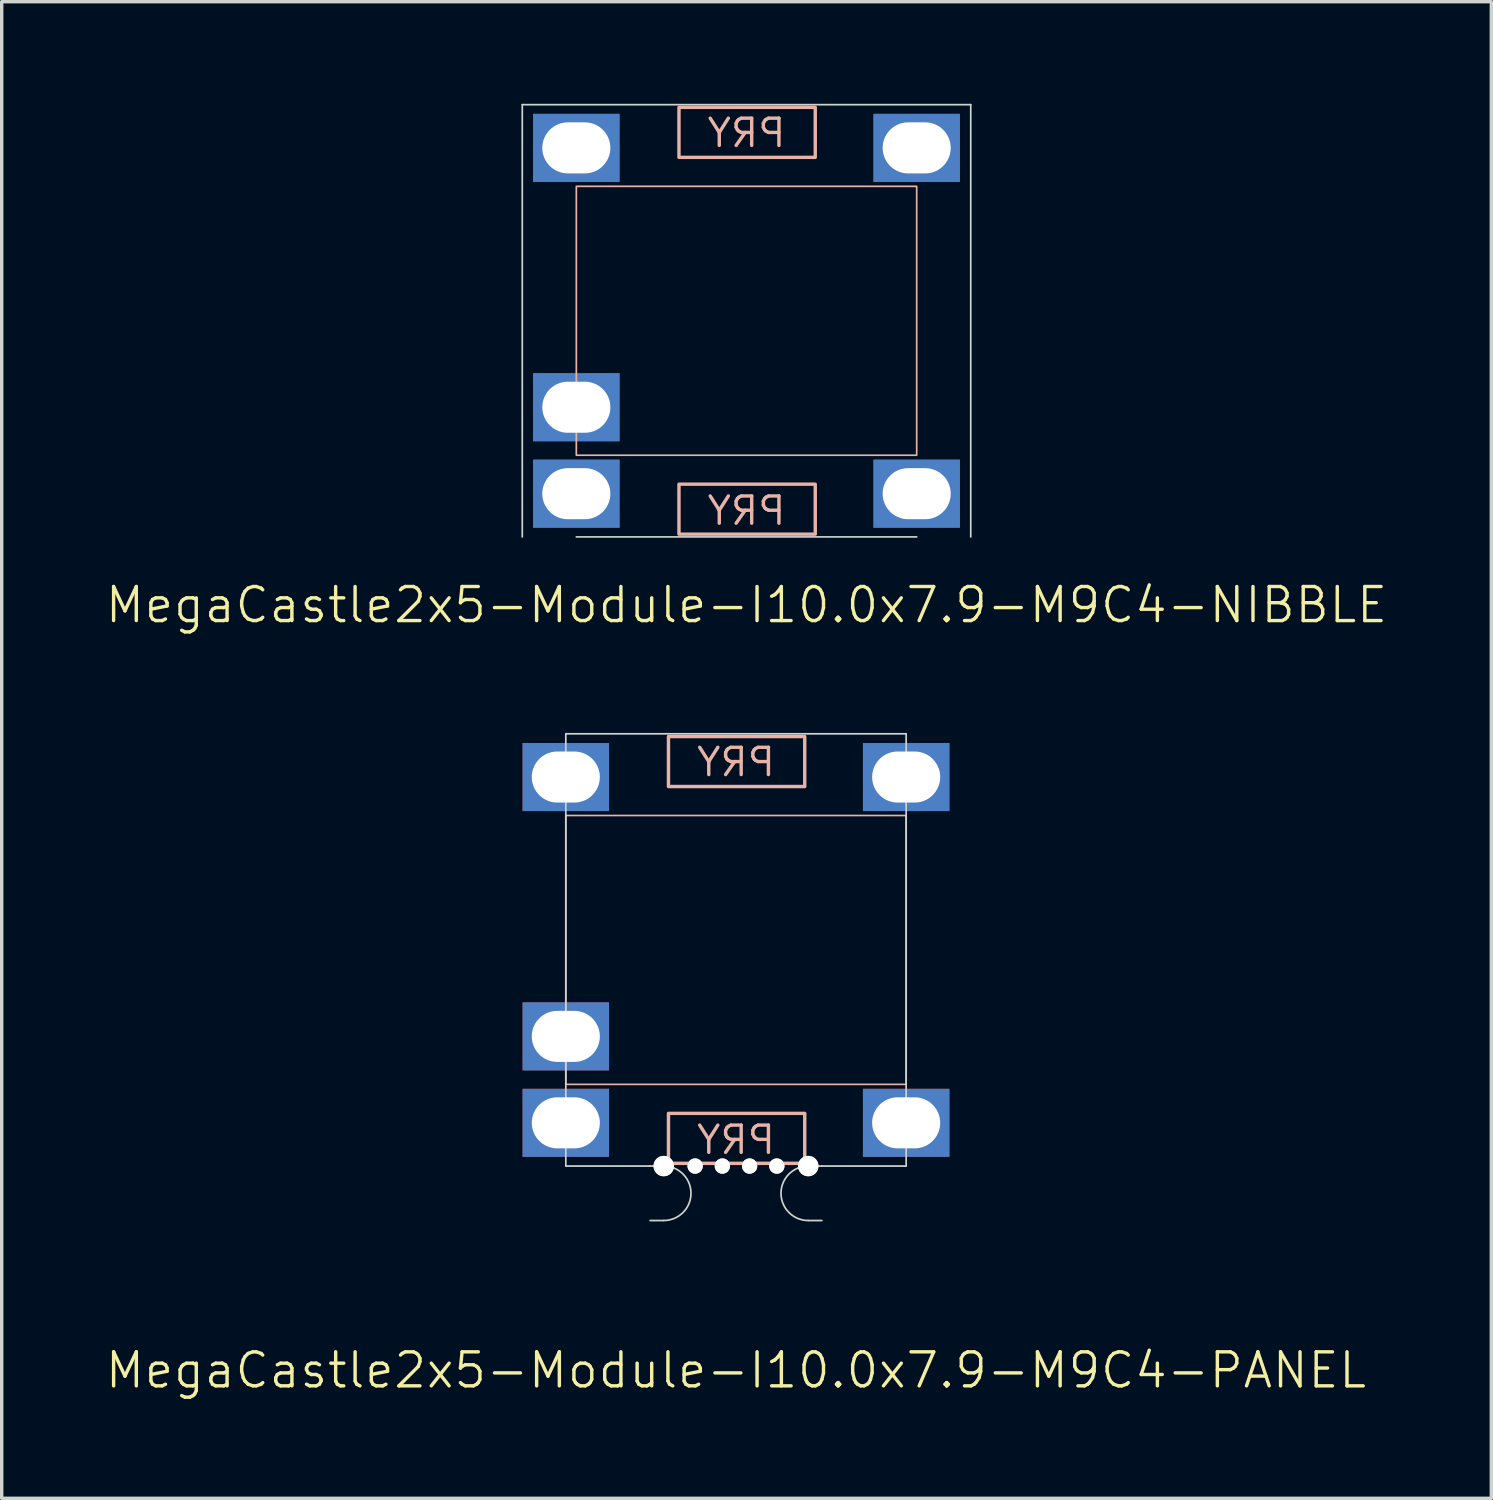
<source format=kicad_pcb>
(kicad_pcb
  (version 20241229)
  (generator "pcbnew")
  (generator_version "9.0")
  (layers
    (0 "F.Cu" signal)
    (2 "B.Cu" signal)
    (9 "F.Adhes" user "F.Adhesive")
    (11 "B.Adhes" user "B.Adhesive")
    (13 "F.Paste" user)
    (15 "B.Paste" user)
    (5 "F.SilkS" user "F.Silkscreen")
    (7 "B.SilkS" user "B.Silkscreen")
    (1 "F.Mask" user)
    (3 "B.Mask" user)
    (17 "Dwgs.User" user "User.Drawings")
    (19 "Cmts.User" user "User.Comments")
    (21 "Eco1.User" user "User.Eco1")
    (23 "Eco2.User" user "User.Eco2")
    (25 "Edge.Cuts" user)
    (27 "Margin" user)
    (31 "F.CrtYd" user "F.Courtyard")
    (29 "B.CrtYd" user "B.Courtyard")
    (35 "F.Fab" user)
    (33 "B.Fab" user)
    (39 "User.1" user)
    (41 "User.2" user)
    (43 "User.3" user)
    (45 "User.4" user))
  (footprint "MegaCastle2x5-Module-I10.0x7.9-M9C4-PANEL"
    (layer "F.Cu")
    (at 18.574 24.86)
    (property "Reference" "MegaCastle2x5-Module-I10.0x7.9-M9C4-PANEL" (at 0 12.35 0) (unlocked yes) (layer "F.SilkS") (effects (font (size 1 1) (thickness 0.1))))
    (attr smd)
    (fp_rect (start -5 3.95) (end 5 -3.95) (stroke (width 0.05) (type default)) (fill no) (layer "B.SilkS"))
    (fp_rect (start -1.984 -4.801) (end 2.02 -6.27) (stroke (width 0.1) (type default)) (fill no) (layer "B.SilkS"))
    (fp_rect (start -1.984 4.801) (end 2.02 6.27) (stroke (width 0.1) (type default)) (fill no) (layer "B.SilkS"))
    (fp_line (start -5 -6.35) (end -5 6.35) (stroke (width 0.05) (type default)) (layer "Edge.Cuts"))
    (fp_line (start -5 -6.35) (end 5 -6.35) (stroke (width 0.05) (type default)) (layer "Edge.Cuts"))
    (fp_line (start -5 6.35) (end -2.522 6.35) (stroke (width 0.05) (type default)) (layer "Edge.Cuts"))
    (fp_line (start -2.522 6.35) (end -2.123 6.35) (stroke (width 0.05) (type default)) (layer "Edge.Cuts"))
    (fp_line (start -2.522 7.95) (end -2.123 7.95) (stroke (width 0.05) (type default)) (layer "Edge.Cuts"))
    (fp_line (start 2.522 6.35) (end 2.123 6.35) (stroke (width 0.05) (type default)) (layer "Edge.Cuts"))
    (fp_line (start 2.522 6.35) (end 5 6.35) (stroke (width 0.05) (type default)) (layer "Edge.Cuts"))
    (fp_line (start 2.522 7.95) (end 2.123 7.95) (stroke (width 0.05) (type default)) (layer "Edge.Cuts"))
    (fp_line (start 5 -6.35) (end 5 6.35) (stroke (width 0.05) (type default)) (layer "Edge.Cuts"))
    (fp_arc (start -2.1225 6.35) (mid -1.3225 7.15) (end -2.1225 7.95) (stroke (width 0.05) (type default)) (layer "Edge.Cuts"))
    (fp_arc (start 2.1225 7.95) (mid 1.3225 7.15) (end 2.1225 6.35) (stroke (width 0.05) (type default)) (layer "Edge.Cuts"))
    (fp_text user "PRY" (at 0 6.05 0) (unlocked yes) (layer "B.SilkS") (effects (font (size 0.8 0.8) (thickness 0.1)) (justify bottom mirror)))
    (fp_text user "PRY" (at 0 -5.05 0) (unlocked yes) (layer "B.SilkS") (effects (font (size 0.8 0.8) (thickness 0.1)) (justify bottom mirror)))
    (pad "" np_thru_hole circle (at -2.123 6.35) (size 0.6 0.6) (drill 0.6) (layers "*.Cu" "Edge.Cuts"))
    (pad "" np_thru_hole circle (at -1.2 6.35) (size 0.45 0.45) (drill 0.45) (layers "*.Cu" "Edge.Cuts"))
    (pad "" np_thru_hole circle (at -0.4 6.35) (size 0.45 0.45) (drill 0.45) (layers "*.Cu" "Edge.Cuts"))
    (pad "" np_thru_hole circle (at 0.4 6.35) (size 0.45 0.45) (drill 0.45) (layers "*.Cu" "Edge.Cuts"))
    (pad "" np_thru_hole circle (at 1.2 6.35) (size 0.45 0.45) (drill 0.45) (layers "*.Cu" "Edge.Cuts"))
    (pad "" np_thru_hole circle (at 2.123 6.35) (size 0.6 0.6) (drill 0.6) (layers "*.Cu" "Edge.Cuts"))
    (pad "1" thru_hole rect (at -5 -5.08) (size 2.54 2) (drill oval 2 1.5) (property pad_prop_castellated) (layers "*.Cu" "*.Mask"))
    (pad "4" thru_hole rect (at -5 2.54) (size 2.54 2) (drill oval 2 1.5) (property pad_prop_castellated) (layers "*.Cu" "*.Mask"))
    (pad "5" thru_hole rect (at -5 5.08) (size 2.54 2) (drill oval 2 1.5) (property pad_prop_castellated) (layers "*.Cu" "*.Mask"))
    (pad "6" thru_hole rect (at 5 -5.08) (size 2.54 2) (drill oval 2 1.5) (property pad_prop_castellated) (layers "*.Cu" "*.Mask"))
    (pad "10" thru_hole rect (at 5 5.08) (size 2.54 2) (drill oval 2 1.5) (property pad_prop_castellated) (layers "*.Cu" "*.Mask"))
    (zone (net_name "") (layer "B.Cu") (hatch edge 0.5) (connect_pads) (min_thickness 0.25) (filled_areas_thickness no) (keepout (tracks allowed) (vias allowed) (pads allowed) (copperpour allowed) (footprints not_allowed)) (placement (enabled no)) (fill) (polygon (pts (xy 13.574 31.21) (xy 13.574 18.511))))
    (zone (net_name "") (layer "B.Cu") (hatch edge 0.5) (connect_pads) (min_thickness 0.25) (filled_areas_thickness no) (keepout (tracks allowed) (vias allowed) (pads allowed) (copperpour allowed) (footprints not_allowed)) (placement (enabled no)) (fill) (polygon (pts (xy 23.574 31.21) (xy 23.574 18.511))))
    (zone (net_name "") (layer "B.Cu") (hatch edge 0.5) (connect_pads) (min_thickness 0.25) (filled_areas_thickness no) (keepout (tracks allowed) (vias allowed) (pads allowed) (copperpour allowed) (footprints not_allowed)) (placement (enabled no)) (fill) (polygon (pts (xy 13.574 18.511) (xy 13.574 20.91) (xy 23.574 20.91) (xy 23.574 18.511))))
    (zone (net_name "") (layer "B.Cu") (hatch edge 0.5) (connect_pads) (min_thickness 0.25) (filled_areas_thickness no) (keepout (tracks allowed) (vias allowed) (pads allowed) (copperpour allowed) (footprints not_allowed)) (placement (enabled no)) (fill) (polygon (pts (xy 13.574 31.21) (xy 13.574 28.811) (xy 23.574 28.811) (xy 23.574 31.21))))
    (zone (net_name "") (layer "B.Cu") (name "Upper Pry Zone") (hatch edge 0.5) (connect_pads) (min_thickness 0.25) (filled_areas_thickness no) (keepout (tracks not_allowed) (vias not_allowed) (pads not_allowed) (copperpour allowed) (footprints not_allowed)) (placement (enabled no)) (fill) (polygon (pts (xy 16.59 20.059) (xy 16.59 18.59) (xy 20.593 18.59) (xy 20.593 20.059))))
    (zone (net_name "") (layer "B.Cu") (name "Upper Pry Zone") (hatch edge 0.5) (connect_pads) (min_thickness 0.25) (filled_areas_thickness no) (keepout (tracks not_allowed) (vias not_allowed) (pads not_allowed) (copperpour allowed) (footprints not_allowed)) (placement (enabled no)) (fill) (polygon (pts (xy 16.59 29.662) (xy 16.59 31.131) (xy 20.593 31.131) (xy 20.593 29.662)))))
  (footprint "MegaCastle2x5-Module-I10.0x7.9-M9C4-NIBBLE"
    (layer "F.Cu")
    (at 18.883 6.375)
    (property "Reference" "MegaCastle2x5-Module-I10.0x7.9-M9C4-NIBBLE" (at 0 8.35 0) (unlocked yes) (layer "F.SilkS") (effects (font (size 1 1) (thickness 0.1))))
    (attr smd)
    (fp_rect (start -5 3.95) (end 5 -3.95) (stroke (width 0.05) (type default)) (fill no) (layer "B.SilkS"))
    (fp_rect (start -1.984 -4.801) (end 2.02 -6.27) (stroke (width 0.1) (type default)) (fill no) (layer "B.SilkS"))
    (fp_rect (start -1.984 4.801) (end 2.02 6.27) (stroke (width 0.1) (type default)) (fill no) (layer "B.SilkS"))
    (fp_line (start -6.588 -6.35) (end -6.588 6.35) (stroke (width 0.05) (type default)) (layer "Edge.Cuts"))
    (fp_line (start -6.588 -6.35) (end 6.588 -6.35) (stroke (width 0.05) (type default)) (layer "Edge.Cuts"))
    (fp_line (start -5 6.35) (end 5 6.35) (stroke (width 0.05) (type default)) (layer "Edge.Cuts"))
    (fp_line (start 6.588 -6.35) (end 6.588 6.35) (stroke (width 0.05) (type default)) (layer "Edge.Cuts"))
    (fp_text user "PRY" (at 0 6.05 0) (unlocked yes) (layer "B.SilkS") (effects (font (size 0.8 0.8) (thickness 0.1)) (justify bottom mirror)))
    (fp_text user "PRY" (at 0 -5.05 0) (unlocked yes) (layer "B.SilkS") (effects (font (size 0.8 0.8) (thickness 0.1)) (justify bottom mirror)))
    (pad "1" thru_hole rect (at -5 -5.08) (size 2.54 2) (drill oval 2 1.5) (property pad_prop_castellated) (layers "*.Cu" "*.Mask"))
    (pad "4" thru_hole rect (at -5 2.54) (size 2.54 2) (drill oval 2 1.5) (property pad_prop_castellated) (layers "*.Cu" "*.Mask"))
    (pad "5" thru_hole rect (at -5 5.08) (size 2.54 2) (drill oval 2 1.5) (property pad_prop_castellated) (layers "*.Cu" "*.Mask"))
    (pad "6" thru_hole rect (at 5 -5.08) (size 2.54 2) (drill oval 2 1.5) (property pad_prop_castellated) (layers "*.Cu" "*.Mask"))
    (pad "10" thru_hole rect (at 5 5.08) (size 2.54 2) (drill oval 2 1.5) (property pad_prop_castellated) (layers "*.Cu" "*.Mask"))
    (zone (net_name "") (layer "B.Cu") (hatch edge 0.5) (connect_pads) (min_thickness 0.25) (filled_areas_thickness no) (keepout (tracks allowed) (vias allowed) (pads allowed) (copperpour allowed) (footprints not_allowed)) (placement (enabled no)) (fill) (polygon (pts (xy 13.883 12.725) (xy 13.883 0.025))))
    (zone (net_name "") (layer "B.Cu") (hatch edge 0.5) (connect_pads) (min_thickness 0.25) (filled_areas_thickness no) (keepout (tracks allowed) (vias allowed) (pads allowed) (copperpour allowed) (footprints not_allowed)) (placement (enabled no)) (fill) (polygon (pts (xy 23.883 12.725) (xy 23.883 0.025))))
    (zone (net_name "") (layer "B.Cu") (hatch edge 0.5) (connect_pads) (min_thickness 0.25) (filled_areas_thickness no) (keepout (tracks allowed) (vias allowed) (pads allowed) (copperpour allowed) (footprints not_allowed)) (placement (enabled no)) (fill) (polygon (pts (xy 13.883 0.025) (xy 13.883 2.425) (xy 23.883 2.425) (xy 23.883 0.025))))
    (zone (net_name "") (layer "B.Cu") (hatch edge 0.5) (connect_pads) (min_thickness 0.25) (filled_areas_thickness no) (keepout (tracks allowed) (vias allowed) (pads allowed) (copperpour allowed) (footprints not_allowed)) (placement (enabled no)) (fill) (polygon (pts (xy 13.883 12.725) (xy 13.883 10.325) (xy 23.883 10.325) (xy 23.883 12.725))))
    (zone (net_name "") (layer "B.Cu") (name "Upper Pry Zone") (hatch edge 0.5) (connect_pads) (min_thickness 0.25) (filled_areas_thickness no) (keepout (tracks not_allowed) (vias not_allowed) (pads not_allowed) (copperpour allowed) (footprints not_allowed)) (placement (enabled no)) (fill) (polygon (pts (xy 16.899 1.574) (xy 16.899 0.105) (xy 20.903 0.105) (xy 20.903 1.574))))
    (zone (net_name "") (layer "B.Cu") (name "Upper Pry Zone") (hatch edge 0.5) (connect_pads) (min_thickness 0.25) (filled_areas_thickness no) (keepout (tracks not_allowed) (vias not_allowed) (pads not_allowed) (copperpour allowed) (footprints not_allowed)) (placement (enabled no)) (fill) (polygon (pts (xy 16.899 11.176) (xy 16.899 12.645) (xy 20.903 12.645) (xy 20.903 11.176)))))
  (gr_rect
    (start -3 -3)
    (end 40.767 40.971)
    (stroke (width 0.1) (type default))
    (fill no)
    (layer "Edge.Cuts")))
</source>
